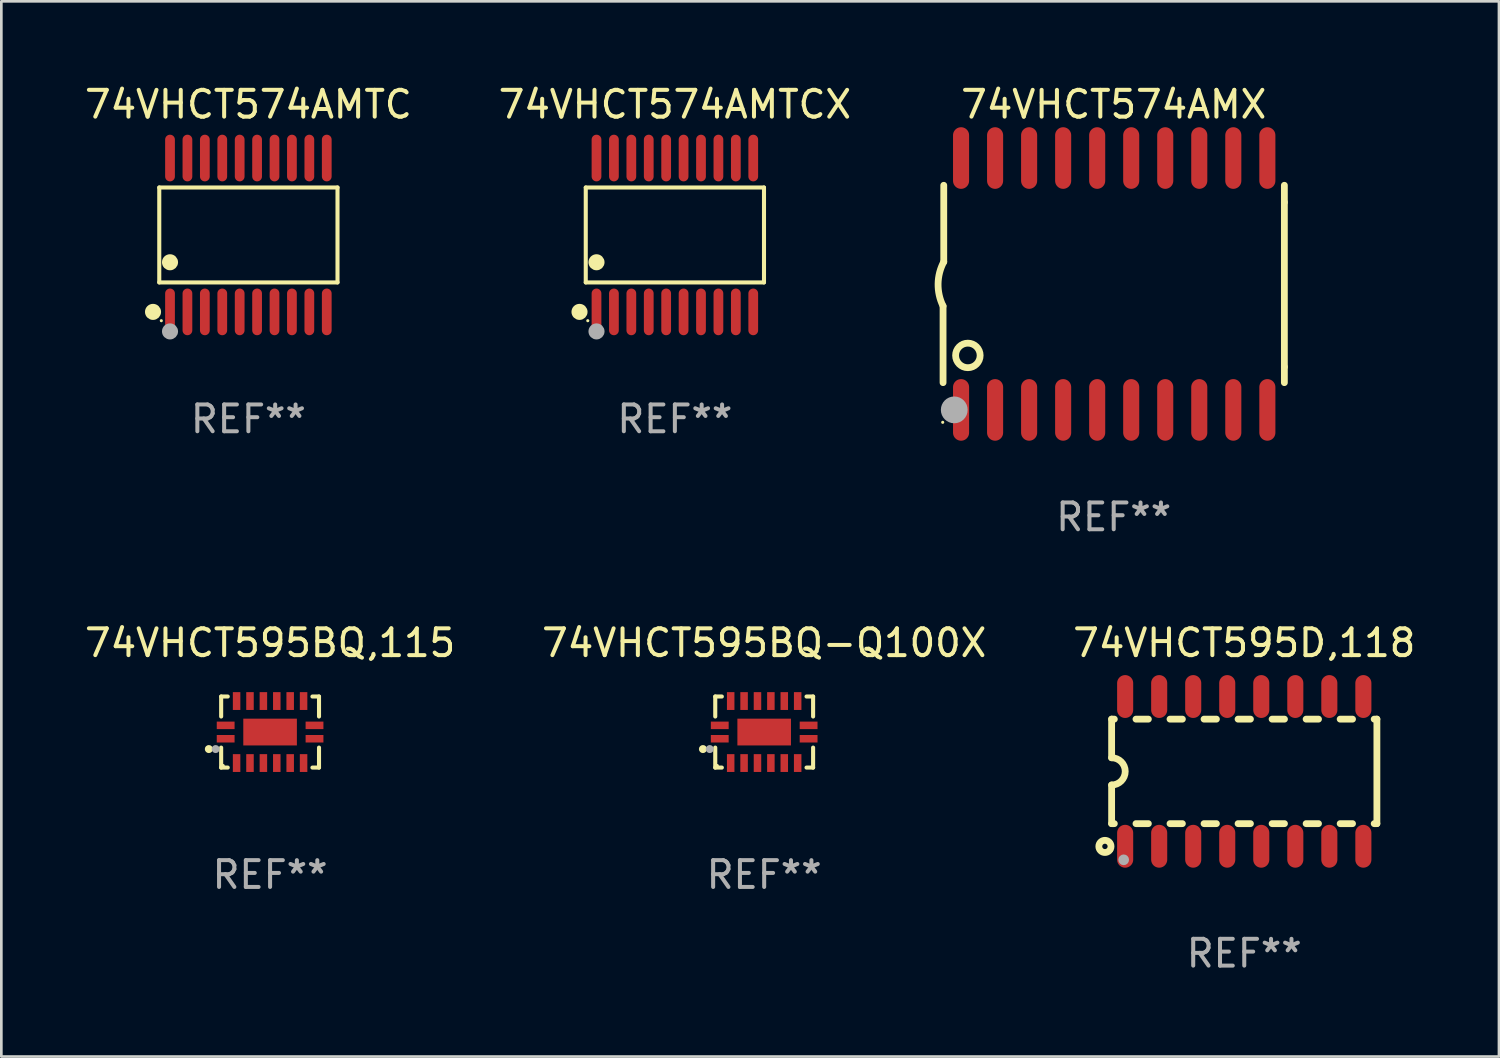
<source format=kicad_pcb>
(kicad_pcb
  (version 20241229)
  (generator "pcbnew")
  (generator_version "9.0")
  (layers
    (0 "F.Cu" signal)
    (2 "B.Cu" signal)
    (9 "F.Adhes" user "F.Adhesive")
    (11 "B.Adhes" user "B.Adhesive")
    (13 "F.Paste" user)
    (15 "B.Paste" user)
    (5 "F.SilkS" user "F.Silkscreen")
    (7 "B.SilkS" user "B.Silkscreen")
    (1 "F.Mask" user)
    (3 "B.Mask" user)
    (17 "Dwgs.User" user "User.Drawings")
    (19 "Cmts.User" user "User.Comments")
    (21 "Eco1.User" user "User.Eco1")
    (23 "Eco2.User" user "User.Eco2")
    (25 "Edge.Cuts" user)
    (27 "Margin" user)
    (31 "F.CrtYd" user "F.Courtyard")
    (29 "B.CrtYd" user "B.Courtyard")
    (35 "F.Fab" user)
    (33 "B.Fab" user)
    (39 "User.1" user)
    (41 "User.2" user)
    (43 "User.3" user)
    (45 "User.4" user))
  (footprint "74VHCT595D,118"
    (layer "F.Cu")
    (at 43.387 25.739)
    (property "Reference" "74VHCT595D,118" (at 0 -4.794 0) (layer "F.SilkS") (effects (font (size 1 1) (thickness 0.15))))
    (attr through_hole)
    (fp_line (start -4.95 -1.95) (end -4.95 -0.508) (stroke (width 0.254) (type solid)) (layer "F.SilkS"))
    (fp_line (start -4.95 -1.95) (end -4.849 -1.95) (stroke (width 0.254) (type solid)) (layer "F.SilkS"))
    (fp_line (start -4.95 1.95) (end -4.95 0.508) (stroke (width 0.254) (type solid)) (layer "F.SilkS"))
    (fp_line (start -4.95 1.95) (end -4.849 1.95) (stroke (width 0.254) (type solid)) (layer "F.SilkS"))
    (fp_line (start -4.041 -1.95) (end -3.579 -1.95) (stroke (width 0.254) (type solid)) (layer "F.SilkS"))
    (fp_line (start -4.041 1.95) (end -3.579 1.95) (stroke (width 0.254) (type solid)) (layer "F.SilkS"))
    (fp_line (start -2.771 -1.95) (end -2.309 -1.95) (stroke (width 0.254) (type solid)) (layer "F.SilkS"))
    (fp_line (start -2.771 1.95) (end -2.309 1.95) (stroke (width 0.254) (type solid)) (layer "F.SilkS"))
    (fp_line (start -1.501 -1.95) (end -1.039 -1.95) (stroke (width 0.254) (type solid)) (layer "F.SilkS"))
    (fp_line (start -1.501 1.95) (end -1.039 1.95) (stroke (width 0.254) (type solid)) (layer "F.SilkS"))
    (fp_line (start -0.231 -1.95) (end 0.231 -1.95) (stroke (width 0.254) (type solid)) (layer "F.SilkS"))
    (fp_line (start -0.231 1.95) (end 0.231 1.95) (stroke (width 0.254) (type solid)) (layer "F.SilkS"))
    (fp_line (start 1.039 -1.95) (end 1.501 -1.95) (stroke (width 0.254) (type solid)) (layer "F.SilkS"))
    (fp_line (start 1.039 1.95) (end 1.501 1.95) (stroke (width 0.254) (type solid)) (layer "F.SilkS"))
    (fp_line (start 2.309 -1.95) (end 2.771 -1.95) (stroke (width 0.254) (type solid)) (layer "F.SilkS"))
    (fp_line (start 2.309 1.95) (end 2.771 1.95) (stroke (width 0.254) (type solid)) (layer "F.SilkS"))
    (fp_line (start 3.579 -1.95) (end 4.041 -1.95) (stroke (width 0.254) (type solid)) (layer "F.SilkS"))
    (fp_line (start 3.579 1.95) (end 4.041 1.95) (stroke (width 0.254) (type solid)) (layer "F.SilkS"))
    (fp_line (start 4.849 -1.95) (end 4.95 -1.95) (stroke (width 0.254) (type solid)) (layer "F.SilkS"))
    (fp_line (start 4.849 1.95) (end 4.95 1.95) (stroke (width 0.254) (type solid)) (layer "F.SilkS"))
    (fp_line (start 4.95 -1.95) (end 4.95 1.95) (stroke (width 0.254) (type solid)) (layer "F.SilkS"))
    (fp_arc (start -4.95047 -0.508001) (mid -4.442469 -0.000228) (end -4.950013 0.508001) (stroke (width 0.254001) (type solid)) (layer "F.SilkS"))
    (fp_circle (center -5.2 2.8) (end -5.1 2.8) (stroke (width 0.254) (type solid)) (fill no) (layer "F.SilkS"))
    (fp_circle (center -4.95 2.947) (end -4.92 2.947) (stroke (width 0.06) (type solid)) (fill no) (layer "F.SilkS"))
    (fp_circle (center -4.5 3.3) (end -4.4 3.3) (stroke (width 0.2) (type solid)) (fill no) (layer "F.Fab"))
    (fp_text user "REF**" (at 0 6.794 0) (layer "F.Fab") (effects (font (size 1 1) (thickness 0.15))))
    (pad "1" smd oval (at -4.445 2.794) (size 0.6 1.6) (layers "F.Cu" "F.Mask" "F.Paste"))
    (pad "2" smd oval (at -3.175 2.794) (size 0.6 1.6) (layers "F.Cu" "F.Mask" "F.Paste"))
    (pad "3" smd oval (at -1.905 2.794) (size 0.6 1.6) (layers "F.Cu" "F.Mask" "F.Paste"))
    (pad "4" smd oval (at -0.635 2.794) (size 0.6 1.6) (layers "F.Cu" "F.Mask" "F.Paste"))
    (pad "5" smd oval (at 0.635 2.794) (size 0.6 1.6) (layers "F.Cu" "F.Mask" "F.Paste"))
    (pad "6" smd oval (at 1.905 2.794) (size 0.6 1.6) (layers "F.Cu" "F.Mask" "F.Paste"))
    (pad "7" smd oval (at 3.175 2.794) (size 0.6 1.6) (layers "F.Cu" "F.Mask" "F.Paste"))
    (pad "8" smd oval (at 4.445 2.794) (size 0.6 1.6) (layers "F.Cu" "F.Mask" "F.Paste"))
    (pad "9" smd oval (at 4.445 -2.794) (size 0.6 1.6) (layers "F.Cu" "F.Mask" "F.Paste"))
    (pad "10" smd oval (at 3.175 -2.794) (size 0.6 1.6) (layers "F.Cu" "F.Mask" "F.Paste"))
    (pad "11" smd oval (at 1.905 -2.794) (size 0.6 1.6) (layers "F.Cu" "F.Mask" "F.Paste"))
    (pad "12" smd oval (at 0.635 -2.794) (size 0.6 1.6) (layers "F.Cu" "F.Mask" "F.Paste"))
    (pad "13" smd oval (at -0.635 -2.794) (size 0.6 1.6) (layers "F.Cu" "F.Mask" "F.Paste"))
    (pad "14" smd oval (at -1.905 -2.794) (size 0.6 1.6) (layers "F.Cu" "F.Mask" "F.Paste"))
    (pad "15" smd oval (at -3.175 -2.794) (size 0.6 1.6) (layers "F.Cu" "F.Mask" "F.Paste"))
    (pad "16" smd oval (at -4.445 -2.794) (size 0.6 1.6) (layers "F.Cu" "F.Mask" "F.Paste")))
  (footprint "74VHCT574AMTC"
    (layer "F.Cu")
    (at 6.22 5.719)
    (property "Reference" "74VHCT574AMTC" (at 0 -4.871 0) (layer "F.SilkS") (effects (font (size 1 1) (thickness 0.15))))
    (attr through_hole)
    (fp_line (start -3.326 -1.771) (end 3.326 -1.771) (stroke (width 0.152) (type solid)) (layer "F.SilkS"))
    (fp_line (start -3.326 1.771) (end -3.326 -1.771) (stroke (width 0.152) (type solid)) (layer "F.SilkS"))
    (fp_line (start 3.326 -1.771) (end 3.326 1.771) (stroke (width 0.152) (type solid)) (layer "F.SilkS"))
    (fp_line (start 3.326 1.771) (end -3.326 1.771) (stroke (width 0.152) (type solid)) (layer "F.SilkS"))
    (fp_circle (center -3.559 2.871) (end -3.409 2.871) (stroke (width 0.3) (type solid)) (fill no) (layer "F.SilkS"))
    (fp_circle (center -3.25 3.2) (end -3.22 3.2) (stroke (width 0.06) (type solid)) (fill no) (layer "F.SilkS"))
    (fp_circle (center -2.925 1.019) (end -2.775 1.019) (stroke (width 0.3) (type solid)) (fill no) (layer "F.SilkS"))
    (fp_circle (center -2.925 3.6) (end -2.775 3.6) (stroke (width 0.3) (type solid)) (fill no) (layer "F.Fab"))
    (fp_text user "REF**" (at 0 6.871 0) (layer "F.Fab") (effects (font (size 1 1) (thickness 0.15))))
    (pad "1" smd oval (at -2.925 2.871) (size 0.364 1.742) (layers "F.Cu" "F.Mask" "F.Paste"))
    (pad "2" smd oval (at -2.275 2.871) (size 0.364 1.742) (layers "F.Cu" "F.Mask" "F.Paste"))
    (pad "3" smd oval (at -1.625 2.871) (size 0.364 1.742) (layers "F.Cu" "F.Mask" "F.Paste"))
    (pad "4" smd oval (at -0.975 2.871) (size 0.364 1.742) (layers "F.Cu" "F.Mask" "F.Paste"))
    (pad "5" smd oval (at -0.325 2.871) (size 0.364 1.742) (layers "F.Cu" "F.Mask" "F.Paste"))
    (pad "6" smd oval (at 0.325 2.871) (size 0.364 1.742) (layers "F.Cu" "F.Mask" "F.Paste"))
    (pad "7" smd oval (at 0.975 2.871) (size 0.364 1.742) (layers "F.Cu" "F.Mask" "F.Paste"))
    (pad "8" smd oval (at 1.625 2.871) (size 0.364 1.742) (layers "F.Cu" "F.Mask" "F.Paste"))
    (pad "9" smd oval (at 2.275 2.871) (size 0.364 1.742) (layers "F.Cu" "F.Mask" "F.Paste"))
    (pad "10" smd oval (at 2.925 2.871) (size 0.364 1.742) (layers "F.Cu" "F.Mask" "F.Paste"))
    (pad "11" smd oval (at 2.925 -2.871) (size 0.364 1.742) (layers "F.Cu" "F.Mask" "F.Paste"))
    (pad "12" smd oval (at 2.275 -2.871) (size 0.364 1.742) (layers "F.Cu" "F.Mask" "F.Paste"))
    (pad "13" smd oval (at 1.625 -2.871) (size 0.364 1.742) (layers "F.Cu" "F.Mask" "F.Paste"))
    (pad "14" smd oval (at 0.975 -2.871) (size 0.364 1.742) (layers "F.Cu" "F.Mask" "F.Paste"))
    (pad "15" smd oval (at 0.325 -2.871) (size 0.364 1.742) (layers "F.Cu" "F.Mask" "F.Paste"))
    (pad "16" smd oval (at -0.325 -2.871) (size 0.364 1.742) (layers "F.Cu" "F.Mask" "F.Paste"))
    (pad "17" smd oval (at -0.975 -2.871) (size 0.364 1.742) (layers "F.Cu" "F.Mask" "F.Paste"))
    (pad "18" smd oval (at -1.625 -2.871) (size 0.364 1.742) (layers "F.Cu" "F.Mask" "F.Paste"))
    (pad "19" smd oval (at -2.275 -2.871) (size 0.364 1.742) (layers "F.Cu" "F.Mask" "F.Paste"))
    (pad "20" smd oval (at -2.925 -2.871) (size 0.364 1.742) (layers "F.Cu" "F.Mask" "F.Paste")))
  (footprint "74VHCT595BQ-Q100X"
    (layer "F.Cu")
    (at 25.47 24.271)
    (property "Reference" "74VHCT595BQ-Q100X" (at 0 -3.326 0) (layer "F.SilkS") (effects (font (size 1 1) (thickness 0.15))))
    (attr through_hole)
    (fp_line (start -1.826 -1.326) (end -1.58 -1.326) (stroke (width 0.152) (type solid)) (layer "F.SilkS"))
    (fp_line (start -1.826 -0.58) (end -1.826 -1.326) (stroke (width 0.152) (type solid)) (layer "F.SilkS"))
    (fp_line (start -1.826 0.58) (end -1.826 1.326) (stroke (width 0.152) (type solid)) (layer "F.SilkS"))
    (fp_line (start -1.826 1.326) (end -1.58 1.326) (stroke (width 0.152) (type solid)) (layer "F.SilkS"))
    (fp_line (start 1.826 -1.326) (end 1.58 -1.326) (stroke (width 0.152) (type solid)) (layer "F.SilkS"))
    (fp_line (start 1.826 -0.58) (end 1.826 -1.326) (stroke (width 0.152) (type solid)) (layer "F.SilkS"))
    (fp_line (start 1.826 0.58) (end 1.826 1.326) (stroke (width 0.152) (type solid)) (layer "F.SilkS"))
    (fp_line (start 1.826 1.326) (end 1.58 1.326) (stroke (width 0.152) (type solid)) (layer "F.SilkS"))
    (fp_circle (center -2.286 0.635) (end -2.211 0.635) (stroke (width 0.15) (type solid)) (fill no) (layer "F.SilkS"))
    (fp_circle (center -1.75 1.25) (end -1.72 1.25) (stroke (width 0.06) (type solid)) (fill no) (layer "F.SilkS"))
    (fp_circle (center -2.032 0.635) (end -1.957 0.635) (stroke (width 0.15) (type solid)) (fill no) (layer "F.Fab"))
    (fp_text user "REF**" (at 0 5.326 0) (layer "F.Fab") (effects (font (size 1 1) (thickness 0.15))))
    (pad "1" smd rect (at -1.658 0.25) (size 0.665 0.28) (layers "F.Cu" "F.Mask" "F.Paste"))
    (pad "2" smd rect (at -1.25 1.157) (size 0.28 0.665) (layers "F.Cu" "F.Mask" "F.Paste"))
    (pad "3" smd rect (at -0.75 1.157) (size 0.28 0.665) (layers "F.Cu" "F.Mask" "F.Paste"))
    (pad "4" smd rect (at -0.25 1.157) (size 0.28 0.665) (layers "F.Cu" "F.Mask" "F.Paste"))
    (pad "5" smd rect (at 0.25 1.157) (size 0.28 0.665) (layers "F.Cu" "F.Mask" "F.Paste"))
    (pad "6" smd rect (at 0.75 1.157) (size 0.28 0.665) (layers "F.Cu" "F.Mask" "F.Paste"))
    (pad "7" smd rect (at 1.25 1.157) (size 0.28 0.665) (layers "F.Cu" "F.Mask" "F.Paste"))
    (pad "8" smd rect (at 1.658 0.25) (size 0.665 0.28) (layers "F.Cu" "F.Mask" "F.Paste"))
    (pad "9" smd rect (at 1.658 -0.25) (size 0.665 0.28) (layers "F.Cu" "F.Mask" "F.Paste"))
    (pad "10" smd rect (at 1.25 -1.157) (size 0.28 0.665) (layers "F.Cu" "F.Mask" "F.Paste"))
    (pad "11" smd rect (at 0.75 -1.157) (size 0.28 0.665) (layers "F.Cu" "F.Mask" "F.Paste"))
    (pad "12" smd rect (at 0.25 -1.157) (size 0.28 0.665) (layers "F.Cu" "F.Mask" "F.Paste"))
    (pad "13" smd rect (at -0.25 -1.157) (size 0.28 0.665) (layers "F.Cu" "F.Mask" "F.Paste"))
    (pad "14" smd rect (at -0.75 -1.157) (size 0.28 0.665) (layers "F.Cu" "F.Mask" "F.Paste"))
    (pad "15" smd rect (at -1.25 -1.157) (size 0.28 0.665) (layers "F.Cu" "F.Mask" "F.Paste"))
    (pad "16" smd rect (at -1.658 -0.25) (size 0.665 0.28) (layers "F.Cu" "F.Mask" "F.Paste"))
    (pad "17" smd rect (at 0 0) (size 2 1) (layers "F.Cu" "F.Mask" "F.Paste")))
  (footprint "74VHCT595BQ,115"
    (layer "F.Cu")
    (at 7.03 24.271)
    (property "Reference" "74VHCT595BQ,115" (at 0 -3.326 0) (layer "F.SilkS") (effects (font (size 1 1) (thickness 0.15))))
    (attr through_hole)
    (fp_line (start -1.826 -1.326) (end -1.58 -1.326) (stroke (width 0.152) (type solid)) (layer "F.SilkS"))
    (fp_line (start -1.826 -0.58) (end -1.826 -1.326) (stroke (width 0.152) (type solid)) (layer "F.SilkS"))
    (fp_line (start -1.826 0.58) (end -1.826 1.326) (stroke (width 0.152) (type solid)) (layer "F.SilkS"))
    (fp_line (start -1.826 1.326) (end -1.58 1.326) (stroke (width 0.152) (type solid)) (layer "F.SilkS"))
    (fp_line (start 1.826 -1.326) (end 1.58 -1.326) (stroke (width 0.152) (type solid)) (layer "F.SilkS"))
    (fp_line (start 1.826 -0.58) (end 1.826 -1.326) (stroke (width 0.152) (type solid)) (layer "F.SilkS"))
    (fp_line (start 1.826 0.58) (end 1.826 1.326) (stroke (width 0.152) (type solid)) (layer "F.SilkS"))
    (fp_line (start 1.826 1.326) (end 1.58 1.326) (stroke (width 0.152) (type solid)) (layer "F.SilkS"))
    (fp_circle (center -2.286 0.635) (end -2.211 0.635) (stroke (width 0.15) (type solid)) (fill no) (layer "F.SilkS"))
    (fp_circle (center -1.75 1.25) (end -1.72 1.25) (stroke (width 0.06) (type solid)) (fill no) (layer "F.SilkS"))
    (fp_circle (center -2.032 0.635) (end -1.957 0.635) (stroke (width 0.15) (type solid)) (fill no) (layer "F.Fab"))
    (fp_text user "REF**" (at 0 5.326 0) (layer "F.Fab") (effects (font (size 1 1) (thickness 0.15))))
    (pad "1" smd rect (at -1.658 0.25) (size 0.665 0.28) (layers "F.Cu" "F.Mask" "F.Paste"))
    (pad "2" smd rect (at -1.25 1.157) (size 0.28 0.665) (layers "F.Cu" "F.Mask" "F.Paste"))
    (pad "3" smd rect (at -0.75 1.157) (size 0.28 0.665) (layers "F.Cu" "F.Mask" "F.Paste"))
    (pad "4" smd rect (at -0.25 1.157) (size 0.28 0.665) (layers "F.Cu" "F.Mask" "F.Paste"))
    (pad "5" smd rect (at 0.25 1.157) (size 0.28 0.665) (layers "F.Cu" "F.Mask" "F.Paste"))
    (pad "6" smd rect (at 0.75 1.157) (size 0.28 0.665) (layers "F.Cu" "F.Mask" "F.Paste"))
    (pad "7" smd rect (at 1.25 1.157) (size 0.28 0.665) (layers "F.Cu" "F.Mask" "F.Paste"))
    (pad "8" smd rect (at 1.658 0.25) (size 0.665 0.28) (layers "F.Cu" "F.Mask" "F.Paste"))
    (pad "9" smd rect (at 1.658 -0.25) (size 0.665 0.28) (layers "F.Cu" "F.Mask" "F.Paste"))
    (pad "10" smd rect (at 1.25 -1.157) (size 0.28 0.665) (layers "F.Cu" "F.Mask" "F.Paste"))
    (pad "11" smd rect (at 0.75 -1.157) (size 0.28 0.665) (layers "F.Cu" "F.Mask" "F.Paste"))
    (pad "12" smd rect (at 0.25 -1.157) (size 0.28 0.665) (layers "F.Cu" "F.Mask" "F.Paste"))
    (pad "13" smd rect (at -0.25 -1.157) (size 0.28 0.665) (layers "F.Cu" "F.Mask" "F.Paste"))
    (pad "14" smd rect (at -0.75 -1.157) (size 0.28 0.665) (layers "F.Cu" "F.Mask" "F.Paste"))
    (pad "15" smd rect (at -1.25 -1.157) (size 0.28 0.665) (layers "F.Cu" "F.Mask" "F.Paste"))
    (pad "16" smd rect (at -1.658 -0.25) (size 0.665 0.28) (layers "F.Cu" "F.Mask" "F.Paste"))
    (pad "17" smd rect (at 0 0) (size 2 1) (layers "F.Cu" "F.Mask" "F.Paste")))
  (footprint "74VHCT574AMX"
    (layer "F.Cu")
    (at 38.515 7.548)
    (property "Reference" "74VHCT574AMX" (at 0 -6.7 0) (layer "F.SilkS") (effects (font (size 1 1) (thickness 0.15))))
    (attr through_hole)
    (fp_line (start -6.369 0.826) (end -6.369 3.683) (stroke (width 0.254) (type solid)) (layer "F.SilkS"))
    (fp_line (start -6.343 -0.825) (end -6.343 -3.683) (stroke (width 0.254) (type solid)) (layer "F.SilkS"))
    (fp_line (start 6.369 -3.048) (end 6.369 -3.683) (stroke (width 0.254) (type solid)) (layer "F.SilkS"))
    (fp_line (start 6.369 -3.048) (end 6.369 3.096) (stroke (width 0.254) (type solid)) (layer "F.SilkS"))
    (fp_line (start 6.369 3.096) (end 6.369 3.683) (stroke (width 0.254) (type solid)) (layer "F.SilkS"))
    (fp_arc (start -6.36853 0.825552) (mid -6.554743 -0.00301) (end -6.343129 -0.825451) (stroke (width 0.254001) (type solid)) (layer "F.SilkS"))
    (fp_circle (center -6.382 5.163) (end -6.352 5.163) (stroke (width 0.06) (type solid)) (fill no) (layer "F.SilkS"))
    (fp_circle (center -5.443 2.667) (end -4.985 2.667) (stroke (width 0.254) (type solid)) (fill no) (layer "F.SilkS"))
    (fp_circle (center -5.951 4.699) (end -5.701 4.699) (stroke (width 0.5) (type solid)) (fill no) (layer "F.Fab"))
    (fp_text user "REF**" (at 0 8.7 0) (layer "F.Fab") (effects (font (size 1 1) (thickness 0.15))))
    (pad "1" smd oval (at -5.697 4.7 180) (size 0.6 2.3) (layers "F.Cu" "F.Mask" "F.Paste"))
    (pad "2" smd oval (at -4.427 4.7 180) (size 0.6 2.3) (layers "F.Cu" "F.Mask" "F.Paste"))
    (pad "3" smd oval (at -3.157 4.7 180) (size 0.6 2.3) (layers "F.Cu" "F.Mask" "F.Paste"))
    (pad "4" smd oval (at -1.887 4.7 180) (size 0.6 2.3) (layers "F.Cu" "F.Mask" "F.Paste"))
    (pad "5" smd oval (at -0.617 4.7 180) (size 0.6 2.3) (layers "F.Cu" "F.Mask" "F.Paste"))
    (pad "6" smd oval (at 0.653 4.7 180) (size 0.6 2.3) (layers "F.Cu" "F.Mask" "F.Paste"))
    (pad "7" smd oval (at 1.923 4.7 180) (size 0.6 2.3) (layers "F.Cu" "F.Mask" "F.Paste"))
    (pad "8" smd oval (at 3.193 4.7 180) (size 0.6 2.3) (layers "F.Cu" "F.Mask" "F.Paste"))
    (pad "9" smd oval (at 4.463 4.7 180) (size 0.6 2.3) (layers "F.Cu" "F.Mask" "F.Paste"))
    (pad "10" smd oval (at 5.734 4.7 180) (size 0.6 2.3) (layers "F.Cu" "F.Mask" "F.Paste"))
    (pad "11" smd oval (at 5.734 -4.7 180) (size 0.6 2.3) (layers "F.Cu" "F.Mask" "F.Paste"))
    (pad "12" smd oval (at 4.463 -4.7 180) (size 0.6 2.3) (layers "F.Cu" "F.Mask" "F.Paste"))
    (pad "13" smd oval (at 3.193 -4.7 180) (size 0.6 2.3) (layers "F.Cu" "F.Mask" "F.Paste"))
    (pad "14" smd oval (at 1.923 -4.7 180) (size 0.6 2.3) (layers "F.Cu" "F.Mask" "F.Paste"))
    (pad "15" smd oval (at 0.653 -4.7 180) (size 0.6 2.3) (layers "F.Cu" "F.Mask" "F.Paste"))
    (pad "16" smd oval (at -0.617 -4.7 180) (size 0.6 2.3) (layers "F.Cu" "F.Mask" "F.Paste"))
    (pad "17" smd oval (at -1.887 -4.7 180) (size 0.6 2.3) (layers "F.Cu" "F.Mask" "F.Paste"))
    (pad "18" smd oval (at -3.157 -4.7 180) (size 0.6 2.3) (layers "F.Cu" "F.Mask" "F.Paste"))
    (pad "19" smd oval (at -4.427 -4.7 180) (size 0.6 2.3) (layers "F.Cu" "F.Mask" "F.Paste"))
    (pad "20" smd oval (at -5.697 -4.7 180) (size 0.6 2.3) (layers "F.Cu" "F.Mask" "F.Paste")))
  (footprint "74VHCT574AMTCX"
    (layer "F.Cu")
    (at 22.137 5.719)
    (property "Reference" "74VHCT574AMTCX" (at 0 -4.871 0) (layer "F.SilkS") (effects (font (size 1 1) (thickness 0.15))))
    (attr through_hole)
    (fp_line (start -3.326 -1.771) (end 3.326 -1.771) (stroke (width 0.152) (type solid)) (layer "F.SilkS"))
    (fp_line (start -3.326 1.771) (end -3.326 -1.771) (stroke (width 0.152) (type solid)) (layer "F.SilkS"))
    (fp_line (start 3.326 -1.771) (end 3.326 1.771) (stroke (width 0.152) (type solid)) (layer "F.SilkS"))
    (fp_line (start 3.326 1.771) (end -3.326 1.771) (stroke (width 0.152) (type solid)) (layer "F.SilkS"))
    (fp_circle (center -3.559 2.871) (end -3.409 2.871) (stroke (width 0.3) (type solid)) (fill no) (layer "F.SilkS"))
    (fp_circle (center -3.25 3.2) (end -3.22 3.2) (stroke (width 0.06) (type solid)) (fill no) (layer "F.SilkS"))
    (fp_circle (center -2.925 1.019) (end -2.775 1.019) (stroke (width 0.3) (type solid)) (fill no) (layer "F.SilkS"))
    (fp_circle (center -2.925 3.6) (end -2.775 3.6) (stroke (width 0.3) (type solid)) (fill no) (layer "F.Fab"))
    (fp_text user "REF**" (at 0 6.871 0) (layer "F.Fab") (effects (font (size 1 1) (thickness 0.15))))
    (pad "1" smd oval (at -2.925 2.871) (size 0.364 1.742) (layers "F.Cu" "F.Mask" "F.Paste"))
    (pad "2" smd oval (at -2.275 2.871) (size 0.364 1.742) (layers "F.Cu" "F.Mask" "F.Paste"))
    (pad "3" smd oval (at -1.625 2.871) (size 0.364 1.742) (layers "F.Cu" "F.Mask" "F.Paste"))
    (pad "4" smd oval (at -0.975 2.871) (size 0.364 1.742) (layers "F.Cu" "F.Mask" "F.Paste"))
    (pad "5" smd oval (at -0.325 2.871) (size 0.364 1.742) (layers "F.Cu" "F.Mask" "F.Paste"))
    (pad "6" smd oval (at 0.325 2.871) (size 0.364 1.742) (layers "F.Cu" "F.Mask" "F.Paste"))
    (pad "7" smd oval (at 0.975 2.871) (size 0.364 1.742) (layers "F.Cu" "F.Mask" "F.Paste"))
    (pad "8" smd oval (at 1.625 2.871) (size 0.364 1.742) (layers "F.Cu" "F.Mask" "F.Paste"))
    (pad "9" smd oval (at 2.275 2.871) (size 0.364 1.742) (layers "F.Cu" "F.Mask" "F.Paste"))
    (pad "10" smd oval (at 2.925 2.871) (size 0.364 1.742) (layers "F.Cu" "F.Mask" "F.Paste"))
    (pad "11" smd oval (at 2.925 -2.871) (size 0.364 1.742) (layers "F.Cu" "F.Mask" "F.Paste"))
    (pad "12" smd oval (at 2.275 -2.871) (size 0.364 1.742) (layers "F.Cu" "F.Mask" "F.Paste"))
    (pad "13" smd oval (at 1.625 -2.871) (size 0.364 1.742) (layers "F.Cu" "F.Mask" "F.Paste"))
    (pad "14" smd oval (at 0.975 -2.871) (size 0.364 1.742) (layers "F.Cu" "F.Mask" "F.Paste"))
    (pad "15" smd oval (at 0.325 -2.871) (size 0.364 1.742) (layers "F.Cu" "F.Mask" "F.Paste"))
    (pad "16" smd oval (at -0.325 -2.871) (size 0.364 1.742) (layers "F.Cu" "F.Mask" "F.Paste"))
    (pad "17" smd oval (at -0.975 -2.871) (size 0.364 1.742) (layers "F.Cu" "F.Mask" "F.Paste"))
    (pad "18" smd oval (at -1.625 -2.871) (size 0.364 1.742) (layers "F.Cu" "F.Mask" "F.Paste"))
    (pad "19" smd oval (at -2.275 -2.871) (size 0.364 1.742) (layers "F.Cu" "F.Mask" "F.Paste"))
    (pad "20" smd oval (at -2.925 -2.871) (size 0.364 1.742) (layers "F.Cu" "F.Mask" "F.Paste")))
  (gr_rect
    (start -3 -3)
    (end 52.893 36.381)
    (stroke (width 0.1) (type default))
    (fill no)
    (layer "Edge.Cuts")))
</source>
